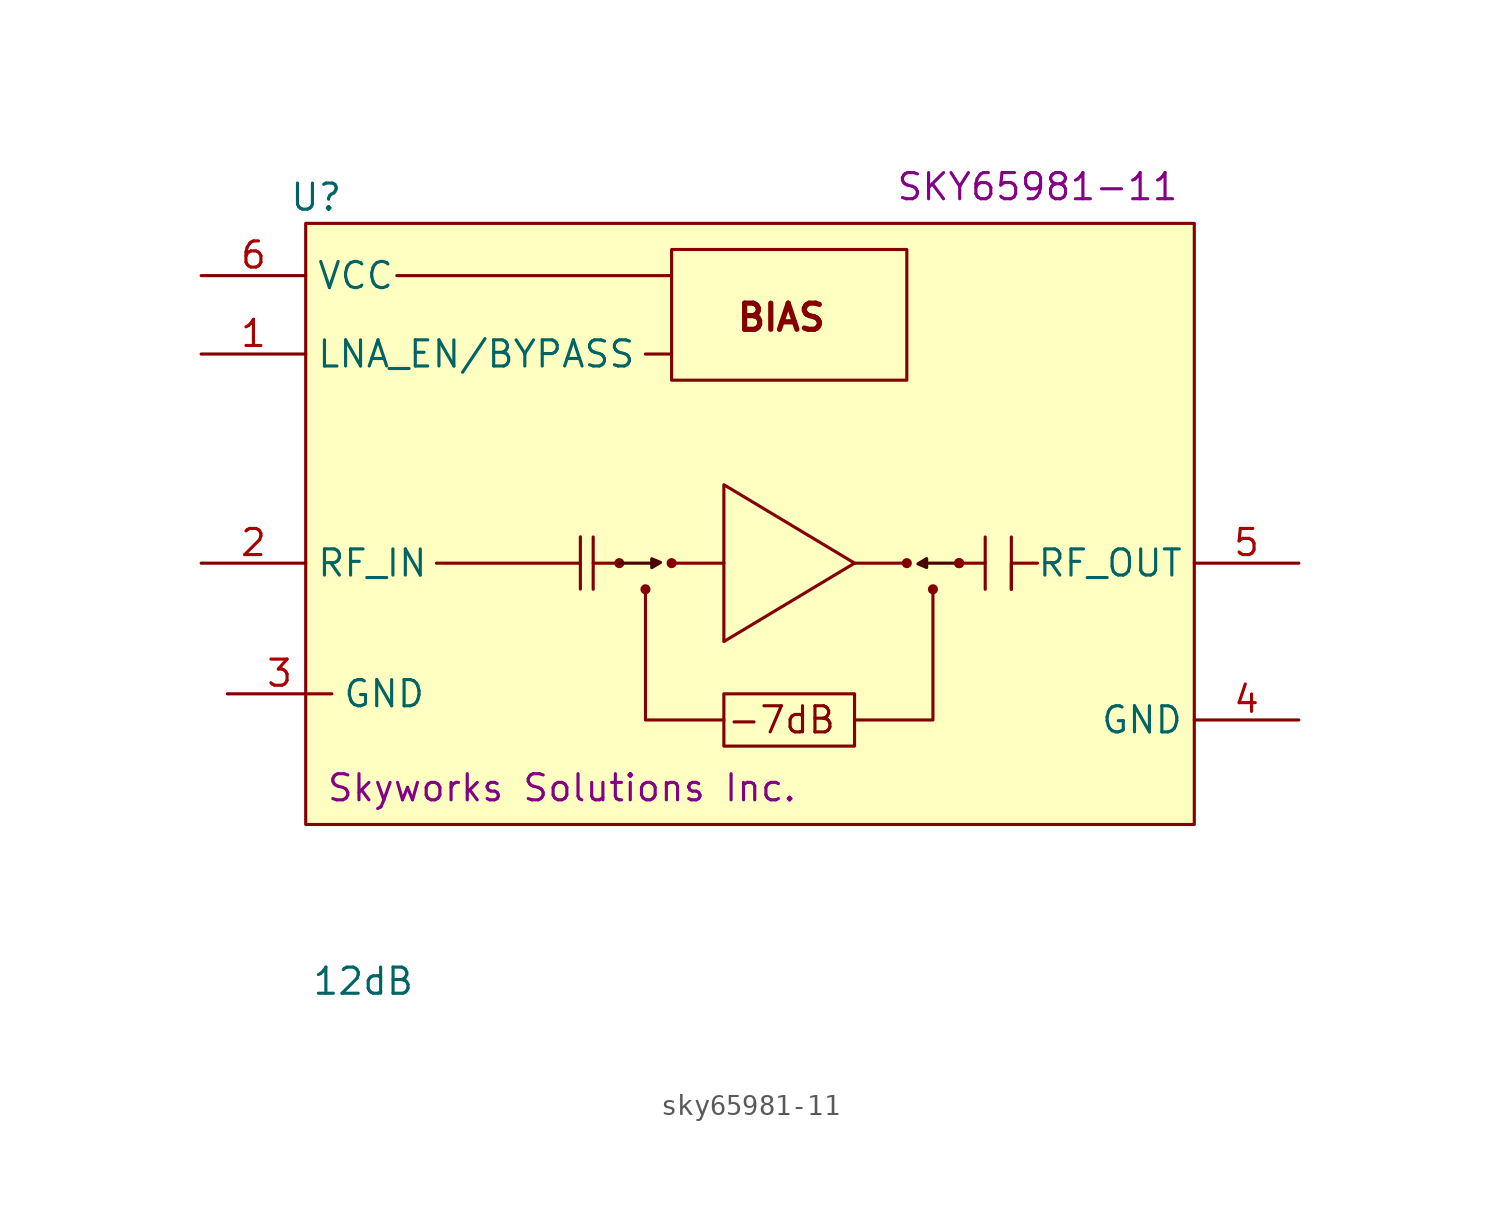
<source format=kicad_sym>
(kicad_symbol_lib
  (version 20231120)
  (generator "kicad_symbol_editor")
  (generator_version "8.0")
  (symbol "sky65981-11"
    (property "Reference" "U"
      (at -19.812 1.27 0)
      (effects (font (size 1.27 1.27))))
    (property "Value" "12dB"
      (at -17.526 -36.83 0)
      (effects (font (size 1.27 1.27))))
    (property "Manufacturer" "Skyworks Solutions Inc."
      (at -7.874 -27.432 0)
      (effects (font (size 1.27 1.27))))
    (property "MPN" "SKY65981-11"
      (at 15.24 1.778 0)
      (effects (font (size 1.27 1.27))))
    (symbol "sky65981-11_0_1"
      (polyline (pts (xy 0 -16.51) (xy -2.54 -16.51)) (stroke (width 0) (type default)) (fill (type none)))
      (polyline (pts (xy 0 -12.7) (xy 0 -20.32) (xy 6.35 -16.51) (xy 0 -12.7)) (stroke (width 0) (type default)) (fill (type none))))
    (symbol "sky65981-11_1_1"
      (rectangle (start -20.32 0) (end 22.86 -29.21) (stroke (width 0) (type default)) (fill (type background)))
      (circle (center -5.08 -16.51) (radius 0.17) (stroke (width 0) (type default)) (fill (type color) (color 132 0 0 1)))
      (circle (center -3.81 -17.78) (radius 0.17) (stroke (width 0) (type default)) (fill (type color) (color 132 0 0 1)))
      (circle (center -2.54 -16.51) (radius 0.17) (stroke (width 0) (type default)) (fill (type color) (color 132 0 0 1)))
      (rectangle (start -2.54 -1.27) (end 8.89 -7.62) (stroke (width 0) (type default)) (fill (type none)))
      (rectangle (start 0 -22.86) (end 6.35 -25.4) (stroke (width 0) (type default)) (fill (type none)))
      (polyline (pts (xy -6.973 -15.232) (xy -6.973 -17.771)) (stroke (width 0) (type default)) (fill (type none)))
      (polyline (pts (xy -6.968 -16.51) (xy -13.97 -16.51)) (stroke (width 0) (type default)) (fill (type none)))
      (polyline (pts (xy -6.35 -15.24) (xy -6.35 -17.78)) (stroke (width 0) (type default)) (fill (type none)))
      (polyline (pts (xy -5.08 -16.51) (xy -6.35 -16.51)) (stroke (width 0) (type default)) (fill (type none)))
      (polyline (pts (xy -5.08 -16.51) (xy -3.196 -16.51)) (stroke (width 0) (type default) (color 72 0 0 1)) (fill (type none)))
      (polyline (pts (xy -2.54 -6.35) (xy -3.81 -6.35)) (stroke (width 0) (type default) (color 132 0 0 1)) (fill (type none)))
      (polyline (pts (xy -2.54 -2.54) (xy -15.892 -2.54)) (stroke (width 0) (type default) (color 132 0 0 1)) (fill (type none)))
      (polyline (pts (xy 6.35 -16.51) (xy 8.89 -16.51)) (stroke (width 0) (type default)) (fill (type none)))
      (polyline (pts (xy 11.43 -16.51) (xy 9.546 -16.51)) (stroke (width 0) (type default) (color 72 0 0 1)) (fill (type none)))
      (polyline (pts (xy 11.43 -16.51) (xy 12.7 -16.51)) (stroke (width 0) (type default)) (fill (type none)))
      (polyline (pts (xy 12.7 -15.24) (xy 12.7 -17.78)) (stroke (width 0) (type default)) (fill (type none)))
      (polyline (pts (xy 13.97 -15.24) (xy 13.97 -17.78)) (stroke (width 0) (type default)) (fill (type none)))
      (polyline (pts (xy 0 -24.13) (xy -3.81 -24.13) (xy -3.81 -17.78)) (stroke (width 0) (type default)) (fill (type none)))
      (polyline (pts (xy 6.35 -24.13) (xy 10.16 -24.13) (xy 10.16 -17.78)) (stroke (width 0) (type default)) (fill (type none)))
      (polyline (pts (xy 13.97 -17.78) (xy 13.97 -16.51) (xy 15.24 -16.51)) (stroke (width 0) (type default)) (fill (type none)))
      (polyline (pts (xy -3.504 -16.729) (xy -3.504 -16.3) (xy -3.082 -16.476) (xy -3.504 -16.729)) (stroke (width 0) (type default) (color 72 0 0 1)) (fill (type color) (color 72 0 0 1)))
      (polyline (pts (xy 9.854 -16.291) (xy 9.854 -16.72) (xy 9.431 -16.544) (xy 9.854 -16.291)) (stroke (width 0) (type default) (color 72 0 0 1)) (fill (type color) (color 72 0 0 1)))
      (circle (center 8.89 -16.51) (radius 0.17) (stroke (width 0) (type default)) (fill (type color) (color 132 0 0 1)))
      (circle (center 10.16 -17.78) (radius 0.17) (stroke (width 0) (type default)) (fill (type color) (color 132 0 0 1)))
      (circle (center 11.43 -16.51) (radius 0.17) (stroke (width 0) (type default)) (fill (type color) (color 132 0 0 1)))
      (circle (center 11.43 -16.51) (radius 0.17) (stroke (width 0) (type default)) (fill (type color) (color 132 0 0 1)))
      (text "-7dB" (at 2.794 -24.13 0) (effects (font (size 1.27 1.27))))
      (text "BIAS" (at 2.794 -4.572 0) (effects (font (size 1.27 1.27) (thickness 0.254) (bold yes))))
      (pin input line (at -25.4 -6.35 0) (length 5.08) (name "LNA_EN/BYPASS" (effects (font (size 1.27 1.27)))) (number "1" (effects (font (size 1.27 1.27)))))
      (pin input line (at -25.4 -16.51 0) (length 5.08) (name "RF_IN" (effects (font (size 1.27 1.27)))) (number "2" (effects (font (size 1.27 1.27)))))
      (pin power_in line (at -24.13 -22.86 0) (length 5.08) (name "GND" (effects (font (size 1.27 1.27)))) (number "3" (effects (font (size 1.27 1.27)))))
      (pin power_in line (at 27.94 -24.13 180) (length 5.08) (name "GND" (effects (font (size 1.27 1.27)))) (number "4" (effects (font (size 1.27 1.27)))))
      (pin output line (at 27.94 -16.51 180) (length 5.08) (name "RF_OUT" (effects (font (size 1.27 1.27)))) (number "5" (effects (font (size 1.27 1.27)))))
      (pin power_out line (at -25.4 -2.54 0) (length 5.08) (name "VCC" (effects (font (size 1.27 1.27)))) (number "6" (effects (font (size 1.27 1.27))))))))
</source>
